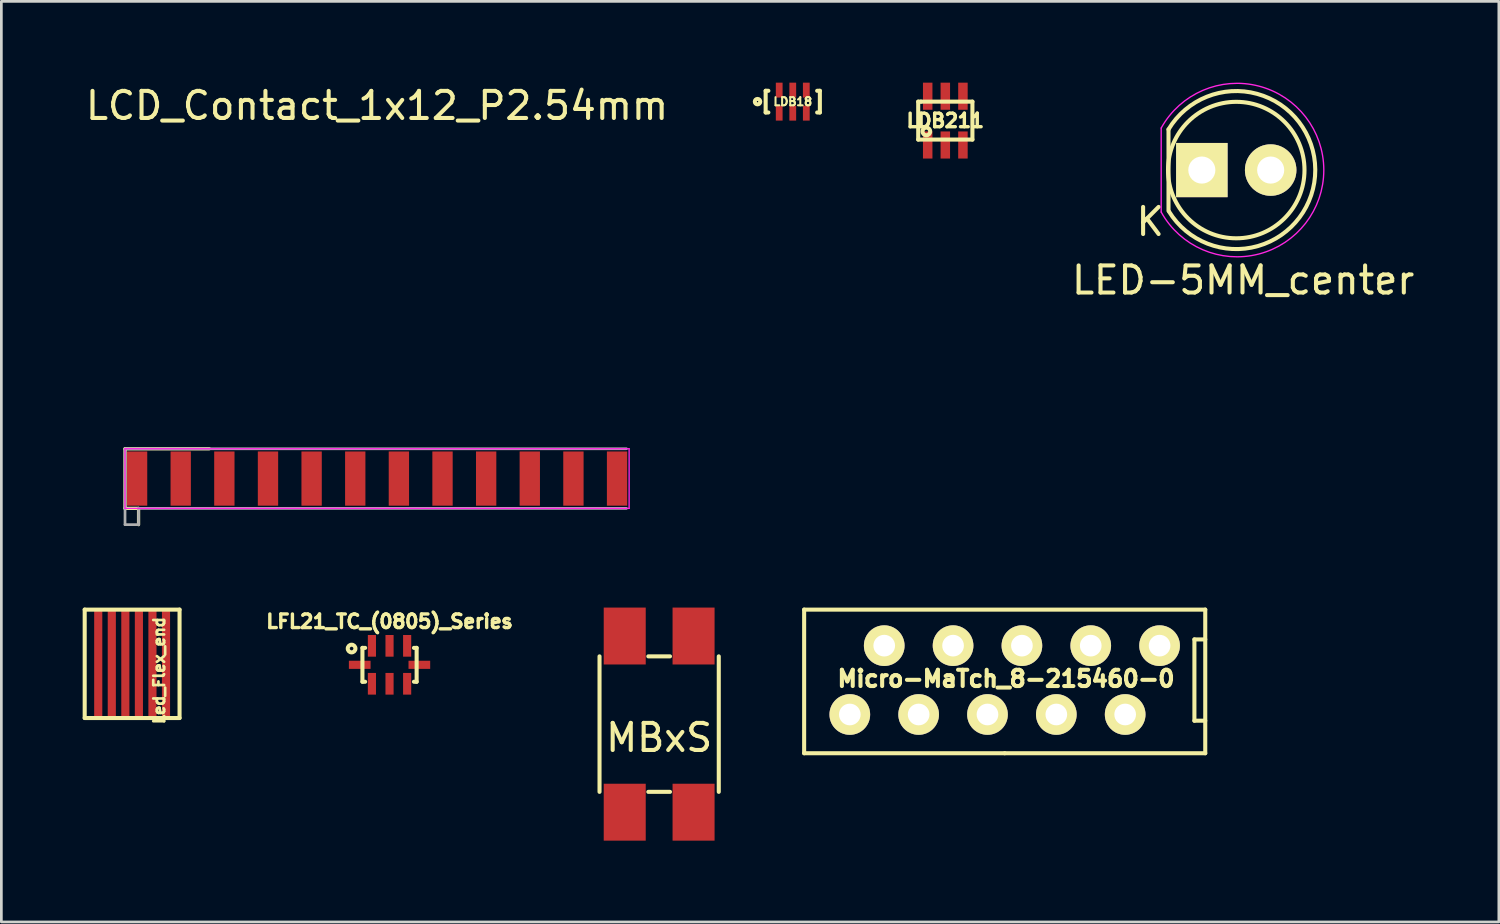
<source format=kicad_pcb>
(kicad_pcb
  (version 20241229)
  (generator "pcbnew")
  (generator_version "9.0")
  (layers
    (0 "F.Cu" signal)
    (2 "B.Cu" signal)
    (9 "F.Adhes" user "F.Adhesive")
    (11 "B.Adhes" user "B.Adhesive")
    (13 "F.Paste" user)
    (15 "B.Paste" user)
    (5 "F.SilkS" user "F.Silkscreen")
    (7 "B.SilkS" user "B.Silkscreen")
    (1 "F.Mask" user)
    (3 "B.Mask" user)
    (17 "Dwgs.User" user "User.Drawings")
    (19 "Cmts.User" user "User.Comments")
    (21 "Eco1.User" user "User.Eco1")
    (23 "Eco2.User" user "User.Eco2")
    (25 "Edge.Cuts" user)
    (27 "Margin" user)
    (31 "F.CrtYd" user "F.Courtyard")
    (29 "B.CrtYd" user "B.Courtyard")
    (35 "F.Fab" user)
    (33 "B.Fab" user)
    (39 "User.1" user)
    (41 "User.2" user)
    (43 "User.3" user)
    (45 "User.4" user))
  (footprint "LCD_Contact_1x12_P2.54mm"
    (layer "F.Cu")
    (at 10.863 14.608)
    (property "Reference" "LCD_Contact_1x12_P2.54mm" (at 0 -13.76 0) (layer "F.SilkS") (effects (font (size 1 1) (thickness 0.15))))
    (attr smd)
    (fp_line (start -9.3 -1.1) (end -6.19 -1.1) (stroke (width 0.12) (type solid)) (layer "F.SilkS"))
    (fp_line (start -9.3 1.1) (end -9.3 -1.1) (stroke (width 0.12) (type solid)) (layer "F.SilkS"))
    (fp_line (start -9.3 1.1) (end -8.8 1.1) (stroke (width 0.12) (type solid)) (layer "F.SilkS"))
    (fp_line (start -8.8 1.1) (end -8.8 1.7) (stroke (width 0.12) (type solid)) (layer "F.SilkS"))
    (fp_line (start -9.3 -1.1) (end -9.3 1.1) (stroke (width 0.05) (type solid)) (layer "F.CrtYd"))
    (fp_line (start -9.3 1.1) (end 9.3 1.1) (stroke (width 0.05) (type solid)) (layer "F.CrtYd"))
    (fp_line (start 9.3 -1.1) (end -9.3 -1.1) (stroke (width 0.05) (type solid)) (layer "F.CrtYd"))
    (fp_line (start 9.3 1.1) (end 9.3 -1.1) (stroke (width 0.05) (type solid)) (layer "F.CrtYd"))
    (fp_line (start -9.3 -1.1) (end 9.2 -1.1) (stroke (width 0.1) (type solid)) (layer "F.Fab"))
    (fp_line (start -9.3 1.1) (end -9.3 -1.1) (stroke (width 0.1) (type solid)) (layer "F.Fab"))
    (fp_line (start -9.3 1.1) (end -9.3 1.7) (stroke (width 0.1) (type solid)) (layer "F.Fab"))
    (fp_line (start -9.3 1.7) (end -8.8 1.7) (stroke (width 0.1) (type solid)) (layer "F.Fab"))
    (fp_line (start -8.8 1.7) (end -8.8 1.1) (stroke (width 0.1) (type solid)) (layer "F.Fab"))
    (fp_line (start 9.2 1.1) (end -8.8 1.1) (stroke (width 0.1) (type solid)) (layer "F.Fab"))
    (pad "1" smd rect (at -8.855 0 90) (size 2 0.75) (layers "F.Cu" "F.Mask" "F.Paste"))
    (pad "2" smd rect (at -7.245 0 90) (size 2 0.75) (layers "F.Cu" "F.Mask" "F.Paste"))
    (pad "3" smd rect (at -5.635 0 90) (size 2 0.75) (layers "F.Cu" "F.Mask" "F.Paste"))
    (pad "4" smd rect (at -4.025 0 90) (size 2 0.75) (layers "F.Cu" "F.Mask" "F.Paste"))
    (pad "5" smd rect (at -2.415 0 90) (size 2 0.75) (layers "F.Cu" "F.Mask" "F.Paste"))
    (pad "6" smd rect (at -0.805 0 90) (size 2 0.75) (layers "F.Cu" "F.Mask" "F.Paste"))
    (pad "7" smd rect (at 0.805 0 90) (size 2 0.75) (layers "F.Cu" "F.Mask" "F.Paste"))
    (pad "8" smd rect (at 2.415 0 90) (size 2 0.75) (layers "F.Cu" "F.Mask" "F.Paste"))
    (pad "9" smd rect (at 4.025 0 90) (size 2 0.75) (layers "F.Cu" "F.Mask" "F.Paste"))
    (pad "10" smd rect (at 5.635 0 90) (size 2 0.75) (layers "F.Cu" "F.Mask" "F.Paste"))
    (pad "11" smd rect (at 7.245 0 90) (size 2 0.75) (layers "F.Cu" "F.Mask" "F.Paste"))
    (pad "12" smd rect (at 8.855 0 90) (size 2 0.75) (layers "F.Cu" "F.Mask" "F.Paste")))
  (footprint "LFL21_TC_(0805)_Series"
    (layer "F.Cu")
    (at 11.323 21.48)
    (property "Reference" "LFL21_TC_(0805)_Series" (at 0 -1.6 0) (layer "F.SilkS") (effects (font (size 0.5 0.5) (thickness 0.125))))
    (attr smd)
    (fp_line (start -1 -0.625) (end -1 0.625) (stroke (width 0.15) (type solid)) (layer "F.SilkS"))
    (fp_line (start -1 0.625) (end -0.9 0.625) (stroke (width 0.15) (type solid)) (layer "F.SilkS"))
    (fp_line (start -0.9 -0.625) (end -1 -0.625) (stroke (width 0.15) (type solid)) (layer "F.SilkS"))
    (fp_line (start 0.9 -0.625) (end 1 -0.625) (stroke (width 0.15) (type solid)) (layer "F.SilkS"))
    (fp_line (start 1 -0.625) (end 1 0.625) (stroke (width 0.15) (type solid)) (layer "F.SilkS"))
    (fp_line (start 1 0.625) (end 0.9 0.625) (stroke (width 0.15) (type solid)) (layer "F.SilkS"))
    (fp_circle (center -1.4 -0.6) (end -1.3 -0.5) (stroke (width 0.15) (type solid)) (fill no) (layer "F.SilkS"))
    (pad "1" smd rect (at -0.65 -0.7 270) (size 0.8 0.3) (layers "F.Cu" "F.Mask" "F.Paste"))
    (pad "2" smd rect (at 0 -0.7 270) (size 0.8 0.3) (layers "F.Cu" "F.Mask" "F.Paste"))
    (pad "3" smd rect (at 0.65 -0.7 270) (size 0.8 0.3) (layers "F.Cu" "F.Mask" "F.Paste"))
    (pad "4" smd rect (at 1.1 0) (size 0.8 0.3) (layers "F.Cu" "F.Mask" "F.Paste"))
    (pad "5" smd rect (at 0.65 0.7 270) (size 0.8 0.3) (layers "F.Cu" "F.Mask" "F.Paste"))
    (pad "6" smd rect (at 0 0.7 270) (size 0.8 0.3) (layers "F.Cu" "F.Mask" "F.Paste"))
    (pad "7" smd rect (at -0.65 0.7 270) (size 0.8 0.3) (layers "F.Cu" "F.Mask" "F.Paste"))
    (pad "8" smd rect (at -1.1 0 180) (size 0.8 0.3) (layers "F.Cu" "F.Mask" "F.Paste")))
  (footprint "LED-5MM_center"
    (placed yes)
    (layer "F.Cu")
    (at 42.565 3.225)
    (property "Reference" "LED-5MM_center" (at 0.254 4.064 0) (layer "F.SilkS") (effects (font (size 1 1) (thickness 0.15))))
    (attr through_hole)
    (fp_line (start -2.5 1.5) (end -2.5 -1.5) (stroke (width 0.15) (type solid)) (layer "F.SilkS"))
    (fp_arc (start -2.5 -1.5) (mid 2.91544 -0.014565) (end -2.484888 1.524904) (stroke (width 0.15) (type solid)) (layer "F.SilkS"))
    (fp_circle (center 0 0) (end -0.3 -2.5) (stroke (width 0.15) (type solid)) (fill no) (layer "F.SilkS"))
    (fp_line (start -2.77 -1.55) (end -2.77 1.55) (stroke (width 0.05) (type solid)) (layer "F.CrtYd"))
    (fp_arc (start -2.768248 -1.55316) (mid 3.23039 0.001807) (end -2.77 1.55) (stroke (width 0.05) (type solid)) (layer "F.CrtYd"))
    (fp_text user "K" (at -3.175 1.905 0) (layer "F.SilkS") (effects (font (size 1 1) (thickness 0.15))))
    (pad "1" thru_hole rect (at -1.27 0 90) (size 2 1.9) (drill 1) (layers "*.Cu" "*.Mask" "F.SilkS"))
    (pad "2" thru_hole circle (at 1.27 0) (size 1.9 1.9) (drill 1) (layers "*.Cu" "*.Mask" "F.SilkS")))
  (footprint "LDB18"
    (layer "F.Cu")
    (at 26.201 0.7)
    (property "Reference" "LDB18" (at 0 0 0) (layer "F.SilkS") (effects (font (size 0.3 0.3) (thickness 0.075))))
    (attr smd)
    (fp_line (start -1 -0.4) (end -1 0.4) (stroke (width 0.15) (type solid)) (layer "F.SilkS"))
    (fp_line (start -1 0.4) (end -0.9 0.4) (stroke (width 0.15) (type solid)) (layer "F.SilkS"))
    (fp_line (start -0.9 -0.4) (end -1 -0.4) (stroke (width 0.15) (type solid)) (layer "F.SilkS"))
    (fp_line (start 0.9 -0.4) (end 1 -0.4) (stroke (width 0.15) (type solid)) (layer "F.SilkS"))
    (fp_line (start 1 -0.4) (end 1 0.4) (stroke (width 0.15) (type solid)) (layer "F.SilkS"))
    (fp_line (start 1 0.4) (end 0.9 0.4) (stroke (width 0.15) (type solid)) (layer "F.SilkS"))
    (fp_circle (center -1.3 0) (end -1.2 0) (stroke (width 0.15) (type solid)) (fill no) (layer "F.SilkS"))
    (pad "1" smd rect (at -0.5 0.425) (size 0.25 0.55) (layers "F.Cu" "F.Mask" "F.Paste"))
    (pad "2" smd rect (at 0 0.425) (size 0.25 0.55) (layers "F.Cu" "F.Mask" "F.Paste"))
    (pad "3" smd rect (at 0.5 0.425) (size 0.25 0.55) (layers "F.Cu" "F.Mask" "F.Paste"))
    (pad "4" smd rect (at 0.5 -0.425) (size 0.25 0.55) (layers "F.Cu" "F.Mask" "F.Paste"))
    (pad "5" smd rect (at 0 -0.425) (size 0.25 0.55) (layers "F.Cu" "F.Mask" "F.Paste"))
    (pad "6" smd rect (at -0.5 -0.425) (size 0.25 0.55) (layers "F.Cu" "F.Mask" "F.Paste")))
  (footprint "LDB211"
    (layer "F.Cu")
    (at 31.83 1.4)
    (property "Reference" "LDB211" (at 0 0 0) (layer "F.SilkS") (effects (font (size 0.5 0.5) (thickness 0.125))))
    (attr through_hole)
    (fp_line (start -1 -0.7) (end -1 0.7) (stroke (width 0.15) (type solid)) (layer "F.SilkS"))
    (fp_line (start -1 0.7) (end 1 0.7) (stroke (width 0.15) (type solid)) (layer "F.SilkS"))
    (fp_line (start -0.9 -0.7) (end -1 -0.7) (stroke (width 0.15) (type solid)) (layer "F.SilkS"))
    (fp_line (start 1 -0.7) (end -0.9 -0.7) (stroke (width 0.15) (type solid)) (layer "F.SilkS"))
    (fp_line (start 1 0.7) (end 1 -0.7) (stroke (width 0.15) (type solid)) (layer "F.SilkS"))
    (fp_circle (center -0.7 0.4) (end -0.6 0.5) (stroke (width 0.15) (type solid)) (fill no) (layer "F.SilkS"))
    (pad "1" smd rect (at -0.65 0.9) (size 0.35 1) (layers "F.Cu" "F.Mask" "F.Paste"))
    (pad "2" smd rect (at 0 0.9) (size 0.35 1) (layers "F.Cu" "F.Mask" "F.Paste"))
    (pad "3" smd rect (at 0.65 0.9) (size 0.35 1) (layers "F.Cu" "F.Mask" "F.Paste"))
    (pad "4" smd rect (at 0.65 -0.9) (size 0.35 1) (layers "F.Cu" "F.Mask" "F.Paste"))
    (pad "5" smd rect (at 0 -0.9) (size 0.35 1) (layers "F.Cu" "F.Mask" "F.Paste"))
    (pad "6" smd rect (at -0.65 -0.9) (size 0.35 1) (layers "F.Cu" "F.Mask" "F.Paste")))
  (footprint "Led_Flex_end"
    (layer "F.Cu")
    (at 1.825 21.443)
    (property "Reference" "Led_Flex_end" (at 1 0.25 90) (layer "F.SilkS") (effects (font (size 0.4 0.4) (thickness 0.1))))
    (attr through_hole)
    (fp_line (start -1.75 -2) (end 1.75 -2) (stroke (width 0.15) (type solid)) (layer "F.SilkS"))
    (fp_line (start -1.75 2) (end -1.75 -2) (stroke (width 0.15) (type solid)) (layer "F.SilkS"))
    (fp_line (start 1.75 -2) (end 1.75 2) (stroke (width 0.15) (type solid)) (layer "F.SilkS"))
    (fp_line (start 1.75 2) (end -1.75 2) (stroke (width 0.15) (type solid)) (layer "F.SilkS"))
    (pad "1" smd rect (at -1.25 0) (size 0.3 4) (layers "F.Cu" "F.Mask" "F.Paste"))
    (pad "2" smd rect (at -0.75 0) (size 0.3 4) (layers "F.Cu" "F.Mask" "F.Paste"))
    (pad "3" smd rect (at -0.25 0) (size 0.3 4) (layers "F.Cu" "F.Mask" "F.Paste"))
    (pad "4" smd rect (at 0.25 0) (size 0.3 4) (layers "F.Cu" "F.Mask" "F.Paste"))
    (pad "5" smd rect (at 0.75 0) (size 0.3 4) (layers "F.Cu" "F.Mask" "F.Paste"))
    (pad "6" smd rect (at 1.25 0) (size 0.3 4) (layers "F.Cu" "F.Mask" "F.Paste")))
  (footprint "MBxS"
    (layer "F.Cu")
    (at 21.271 23.668)
    (property "Reference" "MBxS" (at 0 0.5 0) (layer "F.SilkS") (effects (font (size 1 1) (thickness 0.15))))
    (attr through_hole)
    (fp_line (start -2.2 2.5) (end -2.2 -2.5) (stroke (width 0.15) (type solid)) (layer "F.SilkS"))
    (fp_line (start -0.4 -2.5) (end 0.4 -2.5) (stroke (width 0.15) (type solid)) (layer "F.SilkS"))
    (fp_line (start 0.4 2.5) (end -0.4 2.5) (stroke (width 0.15) (type solid)) (layer "F.SilkS"))
    (fp_line (start 2.2 -2.5) (end 2.2 2.5) (stroke (width 0.15) (type solid)) (layer "F.SilkS"))
    (pad "1" smd rect (at -1.27 3.25) (size 1.55 2.1) (layers "F.Cu" "F.Mask" "F.Paste"))
    (pad "2" smd rect (at 1.27 3.25) (size 1.55 2.1) (layers "F.Cu" "F.Mask" "F.Paste"))
    (pad "3" smd rect (at 1.27 -3.25) (size 1.55 2.1) (layers "F.Cu" "F.Mask" "F.Paste"))
    (pad "4" smd rect (at -1.27 -3.25) (size 1.55 2.1) (layers "F.Cu" "F.Mask" "F.Paste")))
  (footprint "Micro-MaTch_8-215460-0"
    (layer "F.Cu")
    (at 34.021 22.043)
    (property "Reference" "Micro-MaTch_8-215460-0" (at 0.05 -0.05 0) (layer "F.SilkS") (effects (font (size 0.6 0.6) (thickness 0.15))))
    (attr through_hole)
    (fp_line (start -7.4 -2.6) (end 7.4 -2.6) (stroke (width 0.15) (type solid)) (layer "F.SilkS"))
    (fp_line (start -7.4 2.7) (end -7.4 -2.6) (stroke (width 0.15) (type solid)) (layer "F.SilkS"))
    (fp_line (start 0 2.7) (end -7.4 2.7) (stroke (width 0.15) (type solid)) (layer "F.SilkS"))
    (fp_line (start 7 -1.5) (end 7 1.5) (stroke (width 0.15) (type solid)) (layer "F.SilkS"))
    (fp_line (start 7 1.5) (end 7.4 1.5) (stroke (width 0.15) (type solid)) (layer "F.SilkS"))
    (fp_line (start 7.4 -2.6) (end 7.4 2.7) (stroke (width 0.15) (type solid)) (layer "F.SilkS"))
    (fp_line (start 7.4 -1.5) (end 7 -1.5) (stroke (width 0.15) (type solid)) (layer "F.SilkS"))
    (fp_line (start 7.4 2.7) (end 0 2.7) (stroke (width 0.15) (type solid)) (layer "F.SilkS"))
    (pad "1" thru_hole circle (at -5.715 1.27) (size 1.5 1.5) (drill 0.8) (layers "*.Cu" "*.Mask" "F.SilkS"))
    (pad "2" thru_hole circle (at -4.445 -1.27) (size 1.5 1.5) (drill 0.8) (layers "*.Cu" "*.Mask" "F.SilkS"))
    (pad "3" thru_hole circle (at -3.175 1.27) (size 1.5 1.5) (drill 0.8) (layers "*.Cu" "*.Mask" "F.SilkS"))
    (pad "4" thru_hole circle (at -1.905 -1.27) (size 1.5 1.5) (drill 0.8) (layers "*.Cu" "*.Mask" "F.SilkS"))
    (pad "5" thru_hole circle (at -0.635 1.27) (size 1.5 1.5) (drill 0.8) (layers "*.Cu" "*.Mask" "F.SilkS"))
    (pad "6" thru_hole circle (at 0.635 -1.27) (size 1.5 1.5) (drill 0.8) (layers "*.Cu" "*.Mask" "F.SilkS"))
    (pad "7" thru_hole circle (at 1.905 1.27) (size 1.5 1.5) (drill 0.8) (layers "*.Cu" "*.Mask" "F.SilkS"))
    (pad "8" thru_hole circle (at 3.175 -1.27) (size 1.5 1.5) (drill 0.8) (layers "*.Cu" "*.Mask" "F.SilkS"))
    (pad "9" thru_hole circle (at 4.445 1.27) (size 1.5 1.5) (drill 0.8) (layers "*.Cu" "*.Mask" "F.SilkS"))
    (pad "10" thru_hole circle (at 5.715 -1.27) (size 1.5 1.5) (drill 0.8) (layers "*.Cu" "*.Mask" "F.SilkS")))
  (gr_rect
    (start -3 -3)
    (end 52.254 30.968)
    (stroke (width 0.1) (type default))
    (fill no)
    (layer "Edge.Cuts")))
</source>
